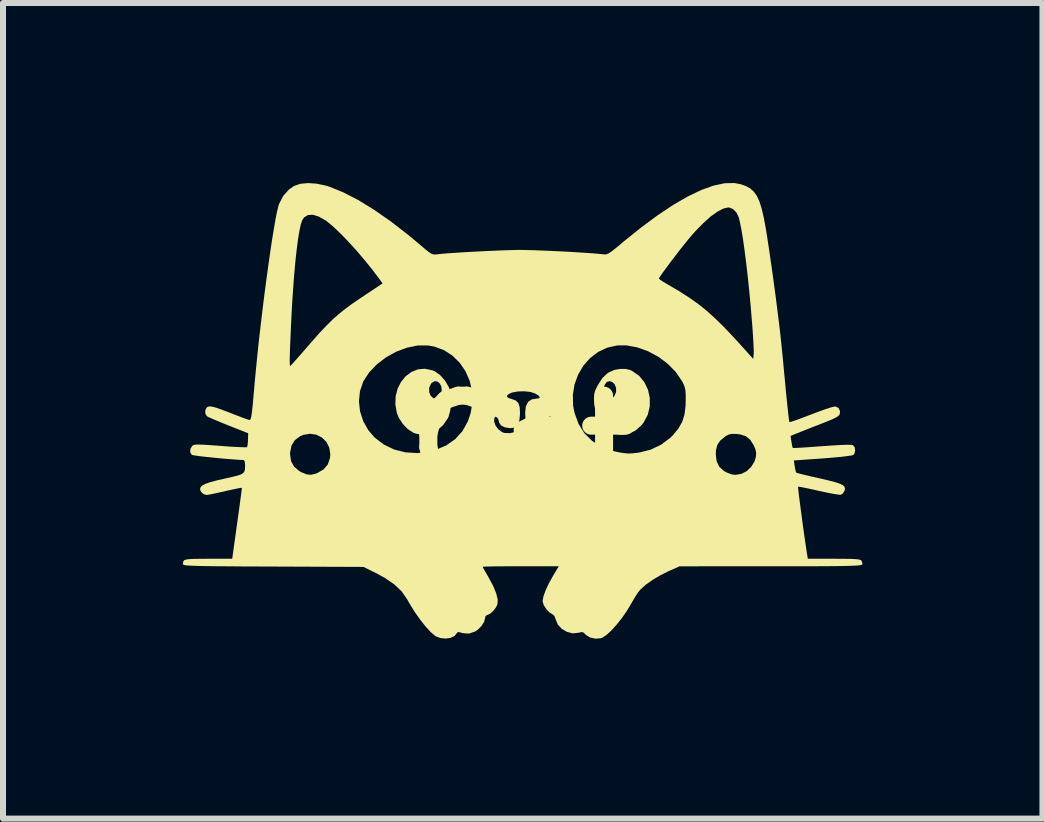
<source format=kicad_pcb>
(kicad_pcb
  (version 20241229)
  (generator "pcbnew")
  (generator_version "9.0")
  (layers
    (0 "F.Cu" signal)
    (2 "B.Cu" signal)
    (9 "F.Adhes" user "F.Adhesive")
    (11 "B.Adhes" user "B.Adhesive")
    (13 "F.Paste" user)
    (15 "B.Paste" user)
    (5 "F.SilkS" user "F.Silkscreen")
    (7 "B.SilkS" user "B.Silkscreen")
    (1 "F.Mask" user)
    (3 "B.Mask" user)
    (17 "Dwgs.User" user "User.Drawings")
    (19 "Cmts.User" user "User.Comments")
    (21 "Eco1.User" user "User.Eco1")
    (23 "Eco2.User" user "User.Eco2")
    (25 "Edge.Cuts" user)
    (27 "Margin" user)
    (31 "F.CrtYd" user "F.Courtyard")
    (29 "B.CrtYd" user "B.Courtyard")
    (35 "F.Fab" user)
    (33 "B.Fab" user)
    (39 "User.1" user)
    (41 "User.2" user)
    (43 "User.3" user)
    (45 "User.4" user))
  (footprint "Cat"
    (layer "F.Cu")
    (at 5.66 4.366)
    (property "Reference" "Cat" (at 0 0 0) (layer "F.SilkS") (effects (font (size 1.5 1.5) (thickness 0.3))))
    (attr board_only exclude_from_pos_files exclude_from_bom)
    (fp_poly (pts (xy -1.509 -1.246) (xy -1.463 -1.227) (xy -1.376 -1.165) (xy -1.295 -1.075) (xy -1.233 -0.97) (xy -1.207 -0.901) (xy -1.192 -0.802) (xy -1.192 -0.686) (xy -1.207 -0.571) (xy -1.234 -0.473) (xy -1.245 -0.448) (xy -1.325 -0.331) (xy -1.424 -0.244) (xy -1.536 -0.189) (xy -1.656 -0.17) (xy -1.778 -0.188) (xy -1.824 -0.206) (xy -1.916 -0.266) (xy -2 -0.355) (xy -2.066 -0.458) (xy -2.095 -0.529) (xy -2.121 -0.674) (xy -2.116 -0.813) (xy -2.083 -0.94) (xy -2.078 -0.951) (xy -1.558 -0.951) (xy -1.557 -0.882) (xy -1.534 -0.822) (xy -1.49 -0.781) (xy -1.446 -0.771) (xy -1.405 -0.782) (xy -1.374 -0.821) (xy -1.363 -0.844) (xy -1.348 -0.915) (xy -1.356 -0.978) (xy -1.384 -1.029) (xy -1.423 -1.059) (xy -1.469 -1.063) (xy -1.516 -1.034) (xy -1.53 -1.016) (xy -1.558 -0.951) (xy -2.078 -0.951) (xy -2.025 -1.053) (xy -1.948 -1.147) (xy -1.853 -1.217) (xy -1.746 -1.26) (xy -1.63 -1.271)) (stroke (width 0) (type solid)) (fill yes) (layer "F.SilkS"))
    (fp_poly (pts (xy 1.782 -1.253) (xy 1.826 -1.233) (xy 1.941 -1.153) (xy 2.029 -1.046) (xy 2.089 -0.922) (xy 2.119 -0.786) (xy 2.119 -0.645) (xy 2.087 -0.508) (xy 2.021 -0.381) (xy 1.986 -0.335) (xy 1.885 -0.243) (xy 1.771 -0.187) (xy 1.651 -0.168) (xy 1.531 -0.188) (xy 1.5 -0.2) (xy 1.38 -0.273) (xy 1.288 -0.376) (xy 1.226 -0.507) (xy 1.195 -0.664) (xy 1.192 -0.698) (xy 1.189 -0.785) (xy 1.193 -0.846) (xy 1.206 -0.899) (xy 1.215 -0.919) (xy 1.348 -0.919) (xy 1.356 -0.855) (xy 1.384 -0.805) (xy 1.423 -0.775) (xy 1.469 -0.771) (xy 1.516 -0.799) (xy 1.53 -0.817) (xy 1.558 -0.883) (xy 1.557 -0.952) (xy 1.534 -1.012) (xy 1.49 -1.052) (xy 1.446 -1.063) (xy 1.405 -1.052) (xy 1.374 -1.013) (xy 1.363 -0.99) (xy 1.348 -0.919) (xy 1.215 -0.919) (xy 1.234 -0.96) (xy 1.253 -0.998) (xy 1.332 -1.119) (xy 1.421 -1.202) (xy 1.527 -1.251) (xy 1.622 -1.267) (xy 1.711 -1.268)) (stroke (width 0) (type solid)) (fill yes) (layer "F.SilkS"))
    (fp_poly (pts (xy 3.633 -4.346) (xy 3.719 -4.316) (xy 3.792 -4.276) (xy 3.852 -4.223) (xy 3.903 -4.152) (xy 3.946 -4.059) (xy 3.984 -3.939) (xy 4.019 -3.789) (xy 4.053 -3.605) (xy 4.074 -3.475) (xy 4.112 -3.225) (xy 4.15 -2.963) (xy 4.187 -2.697) (xy 4.222 -2.434) (xy 4.254 -2.182) (xy 4.283 -1.949) (xy 4.306 -1.742) (xy 4.322 -1.584) (xy 4.336 -1.446) (xy 4.351 -1.282) (xy 4.368 -1.107) (xy 4.384 -0.935) (xy 4.396 -0.815) (xy 4.409 -0.687) (xy 4.421 -0.573) (xy 4.431 -0.48) (xy 4.44 -0.415) (xy 4.446 -0.383) (xy 4.446 -0.381) (xy 4.468 -0.385) (xy 4.522 -0.402) (xy 4.602 -0.43) (xy 4.702 -0.468) (xy 4.812 -0.51) (xy 4.928 -0.554) (xy 5.033 -0.592) (xy 5.12 -0.621) (xy 5.183 -0.638) (xy 5.212 -0.642) (xy 5.265 -0.617) (xy 5.289 -0.566) (xy 5.286 -0.519) (xy 5.276 -0.498) (xy 5.253 -0.477) (xy 5.212 -0.453) (xy 5.147 -0.422) (xy 5.052 -0.384) (xy 4.955 -0.345) (xy 4.84 -0.301) (xy 4.732 -0.258) (xy 4.641 -0.222) (xy 4.574 -0.195) (xy 4.551 -0.186) (xy 4.465 -0.15) (xy 4.48 -0.054) (xy 4.49 0.004) (xy 4.499 0.043) (xy 4.503 0.049) (xy 4.525 0.05) (xy 4.583 0.048) (xy 4.67 0.043) (xy 4.782 0.035) (xy 4.911 0.026) (xy 4.99 0.02) (xy 5.165 0.008) (xy 5.306 -0.000258) (xy 5.412 -0.004) (xy 5.48 -0.002) (xy 5.506 0.003) (xy 5.534 0.038) (xy 5.542 0.091) (xy 5.53 0.143) (xy 5.514 0.165) (xy 5.484 0.174) (xy 5.418 0.184) (xy 5.321 0.196) (xy 5.198 0.208) (xy 5.053 0.22) (xy 5.003 0.224) (xy 4.52 0.258) (xy 4.534 0.353) (xy 4.545 0.413) (xy 4.556 0.453) (xy 4.56 0.46) (xy 4.584 0.469) (xy 4.642 0.484) (xy 4.727 0.505) (xy 4.832 0.53) (xy 4.936 0.553) (xy 5.087 0.588) (xy 5.2 0.617) (xy 5.281 0.643) (xy 5.334 0.668) (xy 5.363 0.695) (xy 5.372 0.724) (xy 5.366 0.759) (xy 5.365 0.764) (xy 5.332 0.814) (xy 5.298 0.83) (xy 5.262 0.827) (xy 5.194 0.817) (xy 5.102 0.8) (xy 4.994 0.777) (xy 4.925 0.762) (xy 4.814 0.737) (xy 4.719 0.717) (xy 4.645 0.702) (xy 4.6 0.695) (xy 4.59 0.695) (xy 4.591 0.717) (xy 4.597 0.773) (xy 4.607 0.858) (xy 4.621 0.966) (xy 4.637 1.089) (xy 4.655 1.222) (xy 4.673 1.359) (xy 4.692 1.493) (xy 4.71 1.617) (xy 4.726 1.726) (xy 4.739 1.814) (xy 4.742 1.828) (xy 4.753 1.896) (xy 5.187 1.896) (xy 5.337 1.897) (xy 5.45 1.898) (xy 5.532 1.901) (xy 5.588 1.906) (xy 5.623 1.913) (xy 5.643 1.923) (xy 5.647 1.927) (xy 5.663 1.968) (xy 5.66 1.99) (xy 5.654 1.996) (xy 5.639 2.001) (xy 5.612 2.005) (xy 5.571 2.009) (xy 5.512 2.012) (xy 5.433 2.015) (xy 5.332 2.017) (xy 5.205 2.019) (xy 5.05 2.02) (xy 4.863 2.021) (xy 4.643 2.021) (xy 4.387 2.021) (xy 4.132 2.021) (xy 2.615 2.022) (xy 2.433 2.103) (xy 2.296 2.171) (xy 2.168 2.247) (xy 2.056 2.326) (xy 1.97 2.402) (xy 1.935 2.442) (xy 1.897 2.497) (xy 1.851 2.572) (xy 1.814 2.636) (xy 1.737 2.765) (xy 1.651 2.889) (xy 1.561 3.001) (xy 1.474 3.097) (xy 1.393 3.169) (xy 1.325 3.213) (xy 1.302 3.221) (xy 1.215 3.228) (xy 1.129 3.21) (xy 1.061 3.171) (xy 1.049 3.159) (xy 1.015 3.126) (xy 0.982 3.118) (xy 0.93 3.13) (xy 0.835 3.139) (xy 0.74 3.115) (xy 0.654 3.065) (xy 0.587 2.994) (xy 0.551 2.908) (xy 0.551 2.907) (xy 0.53 2.85) (xy 0.499 2.823) (xy 0.447 2.791) (xy 0.395 2.735) (xy 0.353 2.671) (xy 0.334 2.612) (xy 0.333 2.605) (xy 0.346 2.526) (xy 0.383 2.422) (xy 0.44 2.301) (xy 0.512 2.172) (xy 0.603 2.021) (xy -0.032 2.021) (xy -0.19 2.021) (xy -0.333 2.022) (xy -0.457 2.023) (xy -0.557 2.025) (xy -0.627 2.027) (xy -0.663 2.029) (xy -0.667 2.03) (xy -0.657 2.05) (xy -0.63 2.098) (xy -0.592 2.164) (xy -0.573 2.197) (xy -0.493 2.345) (xy -0.44 2.473) (xy -0.415 2.577) (xy -0.419 2.654) (xy -0.446 2.709) (xy -0.49 2.765) (xy -0.541 2.811) (xy -0.587 2.833) (xy -0.594 2.834) (xy -0.619 2.852) (xy -0.625 2.883) (xy -0.642 2.948) (xy -0.687 3.018) (xy -0.749 3.08) (xy -0.791 3.108) (xy -0.895 3.143) (xy -0.997 3.136) (xy -1.031 3.126) (xy -1.073 3.116) (xy -1.094 3.13) (xy -1.097 3.137) (xy -1.136 3.184) (xy -1.202 3.215) (xy -1.283 3.226) (xy -1.368 3.218) (xy -1.446 3.189) (xy -1.459 3.18) (xy -1.533 3.117) (xy -1.619 3.023) (xy -1.711 2.907) (xy -1.804 2.774) (xy -1.89 2.634) (xy -1.928 2.566) (xy -2.017 2.439) (xy -2.14 2.322) (xy -2.302 2.212) (xy -2.432 2.141) (xy -2.652 2.032) (xy -4.15 2.026) (xy -4.439 2.025) (xy -4.69 2.024) (xy -4.904 2.022) (xy -5.085 2.021) (xy -5.235 2.019) (xy -5.357 2.017) (xy -5.454 2.014) (xy -5.528 2.011) (xy -5.583 2.008) (xy -5.621 2.004) (xy -5.645 1.999) (xy -5.657 1.993) (xy -5.66 1.989) (xy -5.658 1.948) (xy -5.647 1.927) (xy -5.63 1.916) (xy -5.6 1.908) (xy -5.549 1.902) (xy -5.472 1.898) (xy -5.365 1.897) (xy -5.231 1.896) (xy -4.84 1.896) (xy -4.758 1.308) (xy -4.737 1.156) (xy -4.718 1.019) (xy -4.702 0.9) (xy -4.69 0.807) (xy -4.682 0.743) (xy -4.679 0.714) (xy -4.679 0.713) (xy -4.7 0.715) (xy -4.753 0.725) (xy -4.833 0.742) (xy -4.93 0.763) (xy -4.958 0.77) (xy -5.063 0.793) (xy -5.155 0.813) (xy -5.226 0.827) (xy -5.268 0.833) (xy -5.272 0.833) (xy -5.32 0.817) (xy -5.361 0.779) (xy -5.376 0.738) (xy -5.368 0.705) (xy -5.342 0.677) (xy -5.293 0.65) (xy -5.217 0.623) (xy -5.108 0.593) (xy -4.976 0.563) (xy -4.849 0.534) (xy -4.758 0.512) (xy -4.695 0.491) (xy -4.657 0.468) (xy -4.636 0.44) (xy -4.628 0.402) (xy -4.626 0.35) (xy -4.626 0.328) (xy -4.632 0.272) (xy -4.65 0.25) (xy -4.652 0.25) (xy -4.714 0.248) (xy -4.802 0.242) (xy -4.908 0.234) (xy -5.025 0.224) (xy -5.144 0.212) (xy -5.259 0.2) (xy -5.361 0.189) (xy -5.442 0.178) (xy -5.497 0.169) (xy -5.515 0.164) (xy -5.522 0.15) (xy -3.876 0.15) (xy -3.86 0.267) (xy -3.81 0.36) (xy -3.724 0.433) (xy -3.689 0.453) (xy -3.602 0.489) (xy -3.529 0.497) (xy -3.452 0.479) (xy -3.423 0.468) (xy -3.317 0.407) (xy -3.247 0.324) (xy -3.211 0.22) (xy -3.205 0.157) (xy -3.206 0.153) (xy 3.219 0.153) (xy 3.233 0.272) (xy 3.278 0.364) (xy 3.354 0.433) (xy 3.405 0.46) (xy 3.483 0.49) (xy 3.55 0.498) (xy 3.628 0.484) (xy 3.65 0.479) (xy 3.735 0.436) (xy 3.81 0.363) (xy 3.865 0.274) (xy 3.887 0.2) (xy 3.892 0.129) (xy 3.878 0.067) (xy 3.852 0.007) (xy 3.793 -0.087) (xy 3.722 -0.145) (xy 3.629 -0.176) (xy 3.569 -0.183) (xy 3.491 -0.185) (xy 3.437 -0.175) (xy 3.387 -0.149) (xy 3.377 -0.142) (xy 3.294 -0.074) (xy 3.244 -0.001) (xy 3.222 0.089) (xy 3.219 0.153) (xy -3.206 0.153) (xy -3.222 0.044) (xy -3.27 -0.051) (xy -3.344 -0.124) (xy -3.438 -0.171) (xy -3.543 -0.187) (xy -3.654 -0.169) (xy -3.708 -0.147) (xy -3.797 -0.08) (xy -3.852 0.01) (xy -3.875 0.126) (xy -3.876 0.15) (xy -5.522 0.15) (xy -5.54 0.12) (xy -5.536 0.064) (xy -5.506 0.015) (xy -5.491 0.004) (xy -5.469 -0.003) (xy -5.435 -0.007) (xy -5.382 -0.007) (xy -5.307 -0.004) (xy -5.202 0.003) (xy -5.062 0.013) (xy -5.037 0.015) (xy -4.907 0.025) (xy -4.792 0.032) (xy -4.697 0.036) (xy -4.629 0.038) (xy -4.595 0.037) (xy -4.592 0.036) (xy -4.585 0.009) (xy -4.579 -0.044) (xy -4.577 -0.086) (xy -4.574 -0.196) (xy -4.904 -0.326) (xy -5.015 -0.371) (xy -5.113 -0.412) (xy -5.193 -0.446) (xy -5.245 -0.47) (xy -5.263 -0.481) (xy -5.288 -0.525) (xy -5.288 -0.581) (xy -5.268 -0.621) (xy -5.245 -0.637) (xy -5.214 -0.643) (xy -5.169 -0.638) (xy -5.103 -0.62) (xy -5.013 -0.588) (xy -4.891 -0.542) (xy -4.865 -0.531) (xy -4.761 -0.491) (xy -4.671 -0.457) (xy -4.601 -0.432) (xy -4.558 -0.418) (xy -4.55 -0.417) (xy -4.541 -0.421) (xy -4.532 -0.436) (xy -4.524 -0.468) (xy -4.515 -0.519) (xy -4.506 -0.595) (xy -4.495 -0.7) (xy -4.493 -0.73) (xy -2.728 -0.73) (xy -2.71 -0.562) (xy -2.657 -0.398) (xy -2.572 -0.247) (xy -2.466 -0.124) (xy -2.313 -0.007) (xy -2.14 0.076) (xy -1.951 0.123) (xy -1.753 0.135) (xy -1.55 0.109) (xy -1.454 0.084) (xy -1.274 0.008) (xy -1.124 -0.097) (xy -1.003 -0.23) (xy -0.916 -0.388) (xy -0.475 -0.388) (xy -0.449 -0.319) (xy -0.401 -0.257) (xy -0.339 -0.213) (xy -0.306 -0.201) (xy -0.212 -0.197) (xy -0.118 -0.219) (xy -0.057 -0.251) (xy 0.001 -0.294) (xy 0.055 -0.251) (xy 0.125 -0.219) (xy 0.214 -0.209) (xy 0.304 -0.221) (xy 0.355 -0.24) (xy 0.417 -0.291) (xy 0.462 -0.363) (xy 0.479 -0.438) (xy 0.468 -0.472) (xy 0.443 -0.475) (xy 0.415 -0.453) (xy 0.393 -0.41) (xy 0.369 -0.356) (xy 0.34 -0.322) (xy 0.294 -0.303) (xy 0.228 -0.294) (xy 0.162 -0.294) (xy 0.115 -0.306) (xy 0.113 -0.308) (xy 0.071 -0.36) (xy 0.047 -0.449) (xy 0.042 -0.537) (xy 0.054 -0.645) (xy 0.092 -0.72) (xy 0.155 -0.761) (xy 0.22 -0.771) (xy 0.272 -0.778) (xy 0.286 -0.797) (xy 0.262 -0.826) (xy 0.249 -0.834) (xy 0.837 -0.834) (xy 0.842 -0.653) (xy 0.865 -0.535) (xy 0.932 -0.351) (xy 1.03 -0.195) (xy 1.158 -0.068) (xy 1.316 0.031) (xy 1.501 0.099) (xy 1.615 0.124) (xy 1.695 0.136) (xy 1.757 0.142) (xy 1.818 0.14) (xy 1.894 0.132) (xy 1.948 0.125) (xy 2.134 0.078) (xy 2.308 -0.005) (xy 2.46 -0.119) (xy 2.507 -0.166) (xy 2.597 -0.276) (xy 2.659 -0.385) (xy 2.697 -0.504) (xy 2.715 -0.645) (xy 2.718 -0.74) (xy 2.718 -0.838) (xy 2.713 -0.908) (xy 2.703 -0.961) (xy 2.684 -1.01) (xy 2.657 -1.063) (xy 2.553 -1.216) (xy 2.419 -1.353) (xy 2.263 -1.47) (xy 2.091 -1.562) (xy 1.911 -1.627) (xy 1.73 -1.66) (xy 1.578 -1.659) (xy 1.41 -1.622) (xy 1.257 -1.55) (xy 1.124 -1.448) (xy 1.012 -1.321) (xy 0.925 -1.173) (xy 0.865 -1.009) (xy 0.837 -0.834) (xy 0.249 -0.834) (xy 0.207 -0.859) (xy 0.129 -0.884) (xy 0.028 -0.895) (xy -0.078 -0.892) (xy -0.172 -0.875) (xy -0.2 -0.865) (xy -0.252 -0.835) (xy -0.262 -0.806) (xy -0.231 -0.781) (xy -0.186 -0.768) (xy -0.117 -0.743) (xy -0.072 -0.7) (xy -0.049 -0.631) (xy -0.044 -0.53) (xy -0.045 -0.506) (xy -0.055 -0.405) (xy -0.076 -0.338) (xy -0.114 -0.3) (xy -0.172 -0.283) (xy -0.217 -0.281) (xy -0.297 -0.294) (xy -0.359 -0.326) (xy -0.392 -0.374) (xy -0.396 -0.397) (xy -0.411 -0.44) (xy -0.427 -0.458) (xy -0.454 -0.472) (xy -0.471 -0.451) (xy -0.471 -0.45) (xy -0.475 -0.388) (xy -0.916 -0.388) (xy -0.913 -0.393) (xy -0.865 -0.535) (xy -0.836 -0.719) (xy -0.843 -0.899) (xy -0.883 -1.071) (xy -0.953 -1.23) (xy -1.049 -1.371) (xy -1.17 -1.489) (xy -1.312 -1.581) (xy -1.472 -1.64) (xy -1.578 -1.659) (xy -1.751 -1.658) (xy -1.93 -1.621) (xy -2.108 -1.554) (xy -2.276 -1.461) (xy -2.428 -1.345) (xy -2.556 -1.212) (xy -2.652 -1.065) (xy -2.658 -1.053) (xy -2.711 -0.896) (xy -2.728 -0.73) (xy -4.493 -0.73) (xy -4.483 -0.838) (xy -4.47 -0.99) (xy -4.448 -1.223) (xy -4.429 -1.414) (xy -3.882 -1.414) (xy -3.881 -1.362) (xy -3.879 -1.331) (xy -3.875 -1.318) (xy -3.872 -1.318) (xy -3.854 -1.335) (xy -3.814 -1.378) (xy -3.758 -1.442) (xy -3.688 -1.521) (xy -3.643 -1.573) (xy -3.5 -1.738) (xy -3.377 -1.876) (xy -3.267 -1.992) (xy -3.166 -2.092) (xy -3.066 -2.18) (xy -2.963 -2.263) (xy -2.851 -2.346) (xy -2.723 -2.434) (xy -2.693 -2.454) (xy -2.334 -2.693) (xy -2.392 -2.773) (xy 2.271 -2.773) (xy 2.288 -2.757) (xy 2.333 -2.726) (xy 2.398 -2.687) (xy 2.429 -2.669) (xy 2.613 -2.561) (xy 2.775 -2.457) (xy 2.924 -2.352) (xy 3.065 -2.239) (xy 3.205 -2.113) (xy 3.353 -1.968) (xy 3.514 -1.798) (xy 3.612 -1.691) (xy 3.844 -1.434) (xy 3.851 -1.513) (xy 3.852 -1.558) (xy 3.849 -1.636) (xy 3.844 -1.741) (xy 3.836 -1.865) (xy 3.827 -1.999) (xy 3.824 -2.031) (xy 3.802 -2.296) (xy 3.778 -2.555) (xy 3.752 -2.803) (xy 3.725 -3.037) (xy 3.698 -3.25) (xy 3.671 -3.44) (xy 3.644 -3.601) (xy 3.618 -3.728) (xy 3.6 -3.799) (xy 3.563 -3.875) (xy 3.506 -3.932) (xy 3.442 -3.958) (xy 3.428 -3.959) (xy 3.347 -3.941) (xy 3.249 -3.89) (xy 3.135 -3.809) (xy 3.011 -3.698) (xy 2.878 -3.562) (xy 2.817 -3.493) (xy 2.758 -3.423) (xy 2.689 -3.337) (xy 2.613 -3.241) (xy 2.536 -3.141) (xy 2.461 -3.043) (xy 2.393 -2.951) (xy 2.336 -2.873) (xy 2.294 -2.813) (xy 2.273 -2.778) (xy 2.271 -2.773) (xy -2.392 -2.773) (xy -2.397 -2.779) (xy -2.515 -2.935) (xy -2.643 -3.092) (xy -2.775 -3.247) (xy -2.907 -3.392) (xy -3.033 -3.522) (xy -3.148 -3.632) (xy -3.247 -3.715) (xy -3.283 -3.742) (xy -3.396 -3.806) (xy -3.495 -3.837) (xy -3.578 -3.832) (xy -3.642 -3.793) (xy -3.674 -3.744) (xy -3.697 -3.676) (xy -3.72 -3.57) (xy -3.743 -3.43) (xy -3.765 -3.26) (xy -3.787 -3.062) (xy -3.807 -2.842) (xy -3.825 -2.603) (xy -3.842 -2.348) (xy -3.854 -2.115) (xy -3.864 -1.905) (xy -3.871 -1.733) (xy -3.877 -1.597) (xy -3.88 -1.491) (xy -3.882 -1.414) (xy -4.429 -1.414) (xy -4.424 -1.469) (xy -4.397 -1.724) (xy -4.367 -1.984) (xy -4.336 -2.245) (xy -4.304 -2.503) (xy -4.271 -2.754) (xy -4.238 -2.994) (xy -4.206 -3.219) (xy -4.175 -3.425) (xy -4.145 -3.608) (xy -4.118 -3.764) (xy -4.093 -3.889) (xy -4.071 -3.979) (xy -4.06 -4.015) (xy -3.989 -4.152) (xy -3.892 -4.26) (xy -3.805 -4.319) (xy -3.703 -4.353) (xy -3.576 -4.365) (xy -3.433 -4.355) (xy -3.284 -4.324) (xy -3.224 -4.306) (xy -2.993 -4.212) (xy -2.743 -4.084) (xy -2.477 -3.921) (xy -2.197 -3.726) (xy -1.904 -3.499) (xy -1.709 -3.336) (xy -1.626 -3.265) (xy -1.567 -3.218) (xy -1.524 -3.19) (xy -1.491 -3.177) (xy -1.459 -3.174) (xy -1.427 -3.177) (xy -1.351 -3.186) (xy -1.24 -3.195) (xy -1.102 -3.204) (xy -0.946 -3.214) (xy -0.78 -3.223) (xy -0.61 -3.232) (xy -0.444 -3.239) (xy -0.29 -3.245) (xy -0.156 -3.249) (xy -0.05 -3.251) (xy -0.045 -3.251) (xy 0.058 -3.249) (xy 0.189 -3.246) (xy 0.339 -3.24) (xy 0.502 -3.233) (xy 0.67 -3.225) (xy 0.836 -3.216) (xy 0.992 -3.206) (xy 1.13 -3.197) (xy 1.243 -3.188) (xy 1.324 -3.18) (xy 1.339 -3.178) (xy 1.37 -3.175) (xy 1.399 -3.179) (xy 1.432 -3.192) (xy 1.475 -3.22) (xy 1.534 -3.266) (xy 1.615 -3.332) (xy 1.672 -3.381) (xy 1.97 -3.621) (xy 2.25 -3.828) (xy 2.512 -4.003) (xy 2.755 -4.143) (xy 2.979 -4.25) (xy 3.183 -4.323) (xy 3.366 -4.362) (xy 3.528 -4.366)) (stroke (width 0) (type solid)) (fill yes) (layer "F.SilkS")))
  (gr_rect
    (start -3 -3)
    (end 14.323 10.593)
    (stroke (width 0.1) (type default))
    (fill no)
    (layer "Edge.Cuts")))
</source>
